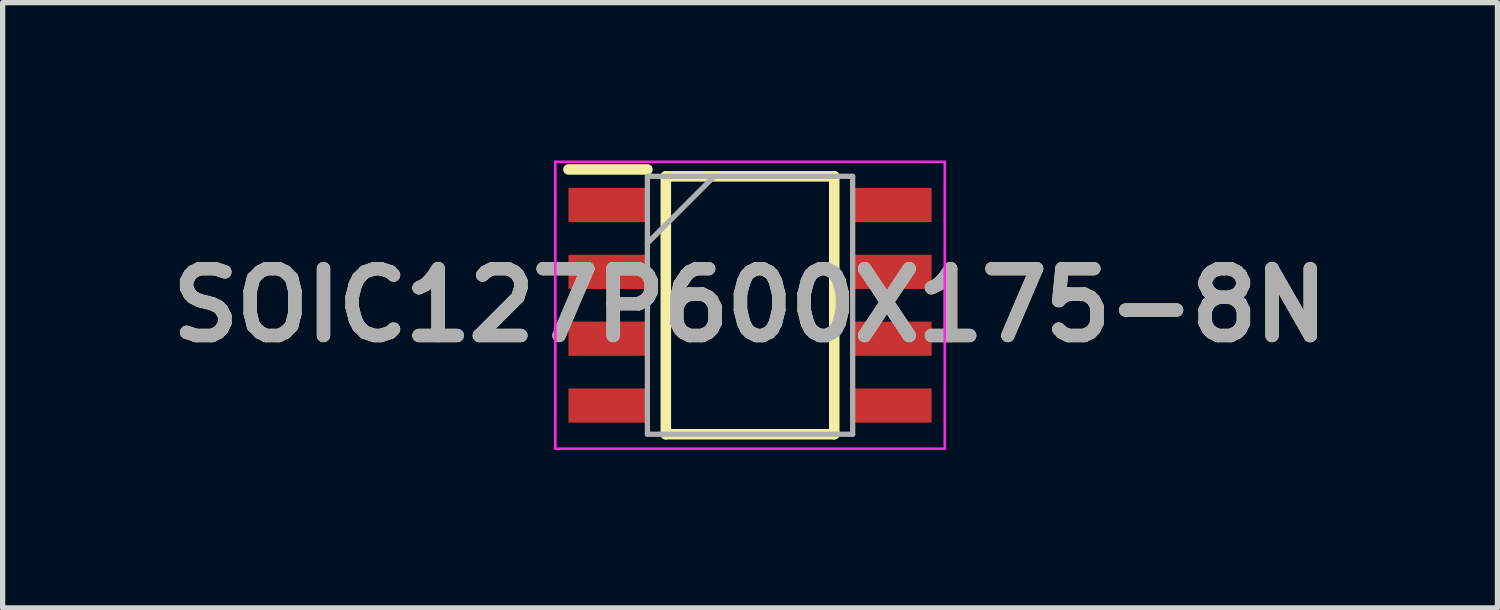
<source format=kicad_pcb>
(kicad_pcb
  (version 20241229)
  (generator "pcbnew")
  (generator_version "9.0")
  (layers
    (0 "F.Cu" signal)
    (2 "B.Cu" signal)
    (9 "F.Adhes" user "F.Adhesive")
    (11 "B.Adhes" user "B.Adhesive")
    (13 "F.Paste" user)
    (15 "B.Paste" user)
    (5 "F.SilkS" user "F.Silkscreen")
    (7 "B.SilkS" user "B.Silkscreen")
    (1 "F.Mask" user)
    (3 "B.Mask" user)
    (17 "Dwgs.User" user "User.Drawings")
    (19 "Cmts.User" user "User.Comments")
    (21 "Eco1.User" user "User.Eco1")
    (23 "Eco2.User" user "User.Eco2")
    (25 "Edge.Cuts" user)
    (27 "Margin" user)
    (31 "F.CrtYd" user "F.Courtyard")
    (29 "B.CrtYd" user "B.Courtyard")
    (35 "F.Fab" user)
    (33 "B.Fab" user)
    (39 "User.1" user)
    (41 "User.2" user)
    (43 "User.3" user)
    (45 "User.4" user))
  (footprint "SOIC127P600X175-8N"
    (layer "F.Cu")
    (at 11.2 2.75)
    (property "Reference" "SOIC127P600X175-8N" (at 0 0 0) (layer "F.SilkS") (effects (font (size 1.27 1.27) (thickness 0.254))))
    (attr smd)
    (fp_line (start -3.45 -2.58) (end -1.95 -2.58) (stroke (width 0.2) (type solid)) (layer "F.SilkS"))
    (fp_line (start -1.6 -2.45) (end 1.6 -2.45) (stroke (width 0.2) (type solid)) (layer "F.SilkS"))
    (fp_line (start -1.6 2.45) (end -1.6 -2.45) (stroke (width 0.2) (type solid)) (layer "F.SilkS"))
    (fp_line (start 1.6 -2.45) (end 1.6 2.45) (stroke (width 0.2) (type solid)) (layer "F.SilkS"))
    (fp_line (start 1.6 2.45) (end -1.6 2.45) (stroke (width 0.2) (type solid)) (layer "F.SilkS"))
    (fp_line (start -3.7 -2.725) (end 3.7 -2.725) (stroke (width 0.05) (type solid)) (layer "F.CrtYd"))
    (fp_line (start -3.7 2.725) (end -3.7 -2.725) (stroke (width 0.05) (type solid)) (layer "F.CrtYd"))
    (fp_line (start 3.7 -2.725) (end 3.7 2.725) (stroke (width 0.05) (type solid)) (layer "F.CrtYd"))
    (fp_line (start 3.7 2.725) (end -3.7 2.725) (stroke (width 0.05) (type solid)) (layer "F.CrtYd"))
    (fp_line (start -1.95 -2.45) (end 1.95 -2.45) (stroke (width 0.1) (type solid)) (layer "F.Fab"))
    (fp_line (start -1.95 -1.18) (end -0.68 -2.45) (stroke (width 0.1) (type solid)) (layer "F.Fab"))
    (fp_line (start -1.95 2.45) (end -1.95 -2.45) (stroke (width 0.1) (type solid)) (layer "F.Fab"))
    (fp_line (start 1.95 -2.45) (end 1.95 2.45) (stroke (width 0.1) (type solid)) (layer "F.Fab"))
    (fp_line (start 1.95 2.45) (end -1.95 2.45) (stroke (width 0.1) (type solid)) (layer "F.Fab"))
    (fp_text user "${REFERENCE}" (at 0 0 0) (layer "F.Fab") (effects (font (size 1.27 1.27) (thickness 0.254))))
    (pad "1" smd rect (at -2.7 -1.905 90) (size 0.65 1.5) (layers "F.Cu" "F.Mask" "F.Paste"))
    (pad "2" smd rect (at -2.7 -0.635 90) (size 0.65 1.5) (layers "F.Cu" "F.Mask" "F.Paste"))
    (pad "3" smd rect (at -2.7 0.635 90) (size 0.65 1.5) (layers "F.Cu" "F.Mask" "F.Paste"))
    (pad "4" smd rect (at -2.7 1.905 90) (size 0.65 1.5) (layers "F.Cu" "F.Mask" "F.Paste"))
    (pad "5" smd rect (at 2.7 1.905 90) (size 0.65 1.5) (layers "F.Cu" "F.Mask" "F.Paste"))
    (pad "6" smd rect (at 2.7 0.635 90) (size 0.65 1.5) (layers "F.Cu" "F.Mask" "F.Paste"))
    (pad "7" smd rect (at 2.7 -0.635 90) (size 0.65 1.5) (layers "F.Cu" "F.Mask" "F.Paste"))
    (pad "8" smd rect (at 2.7 -1.905 90) (size 0.65 1.5) (layers "F.Cu" "F.Mask" "F.Paste")))
  (gr_rect
    (start -3 -3)
    (end 25.4 8.5)
    (stroke (width 0.1) (type default))
    (fill no)
    (layer "Edge.Cuts")))
</source>
